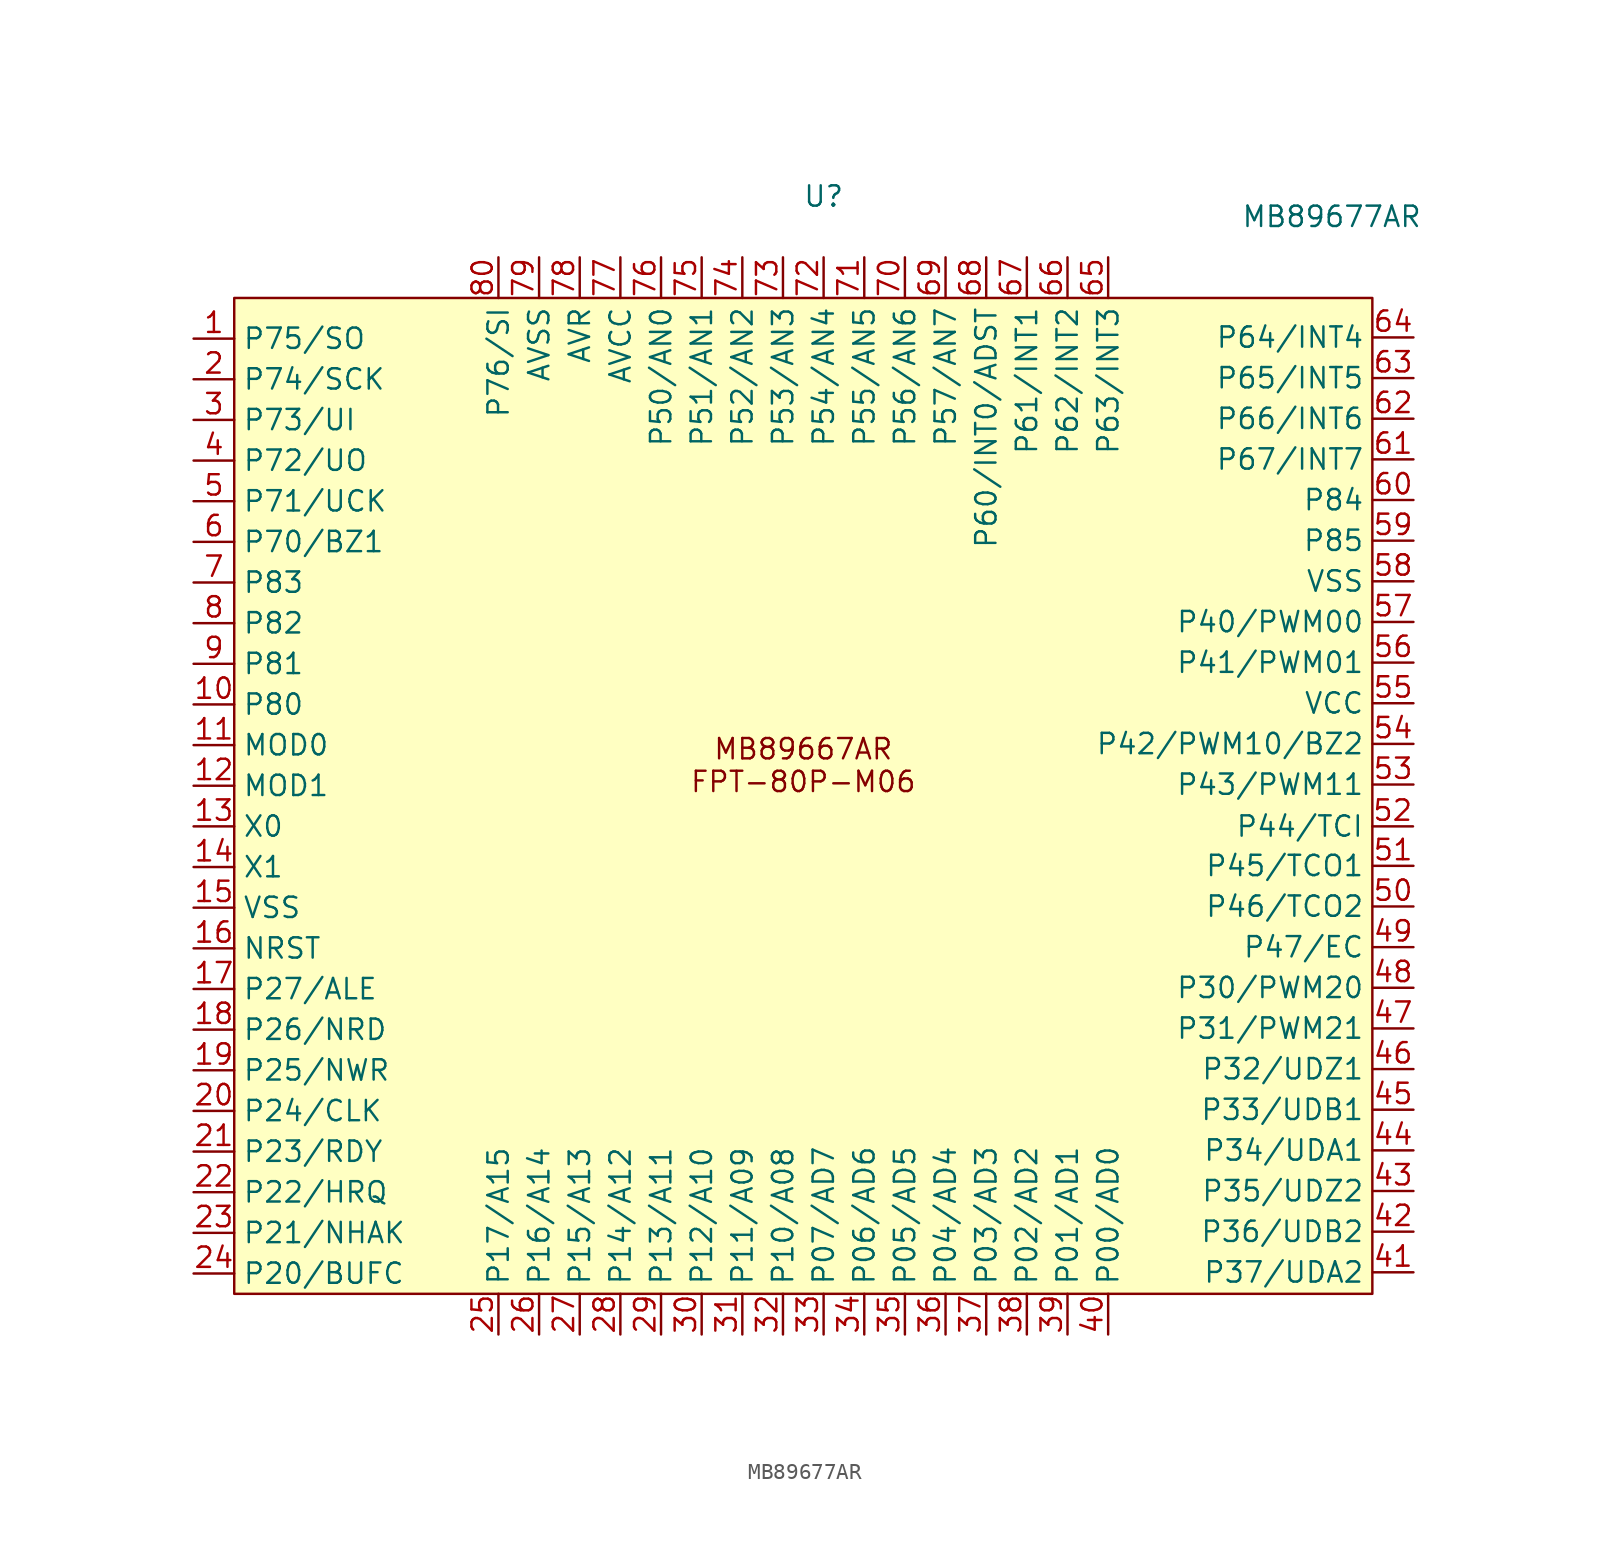
<source format=kicad_sym>
(kicad_symbol_lib
  (version 20220914)
  (generator kicad_symbol_editor)
  (symbol "MB89677AR"
    (property "Reference" "U"
      (at 3.81 34.29 0)
      (effects (font (size 1.27 1.27))))
    (property "Value" "MB89677AR"
      (at 35.56 33.02 0)
      (effects (font (size 1.27 1.27))))
    (symbol "MB89677AR_1_1"
      (rectangle (start -33.02 27.94) (end 38.1 -34.29) (stroke (width 0) (type default)) (fill (type background)))
      (text "MB89667AR\nFPT-80P-M06" (at 2.54 -1.27 0) (effects (font (size 1.27 1.27))))
      (pin bidirectional line (at -35.56 25.4 0) (length 2.54) (name "P75/SO" (effects (font (size 1.27 1.27)))) (number "1" (effects (font (size 1.27 1.27)))))
      (pin bidirectional line (at -35.56 2.54 0) (length 2.54) (name "P80" (effects (font (size 1.27 1.27)))) (number "10" (effects (font (size 1.27 1.27)))))
      (pin bidirectional line (at -35.56 0 0) (length 2.54) (name "MOD0" (effects (font (size 1.27 1.27)))) (number "11" (effects (font (size 1.27 1.27)))))
      (pin bidirectional line (at -35.56 -2.54 0) (length 2.54) (name "MOD1" (effects (font (size 1.27 1.27)))) (number "12" (effects (font (size 1.27 1.27)))))
      (pin bidirectional line (at -35.56 -5.08 0) (length 2.54) (name "X0" (effects (font (size 1.27 1.27)))) (number "13" (effects (font (size 1.27 1.27)))))
      (pin bidirectional line (at -35.56 -7.62 0) (length 2.54) (name "X1" (effects (font (size 1.27 1.27)))) (number "14" (effects (font (size 1.27 1.27)))))
      (pin bidirectional line (at -35.56 -10.16 0) (length 2.54) (name "VSS" (effects (font (size 1.27 1.27)))) (number "15" (effects (font (size 1.27 1.27)))))
      (pin bidirectional line (at -35.56 -12.7 0) (length 2.54) (name "NRST" (effects (font (size 1.27 1.27)))) (number "16" (effects (font (size 1.27 1.27)))))
      (pin bidirectional line (at -35.56 -15.24 0) (length 2.54) (name "P27/ALE" (effects (font (size 1.27 1.27)))) (number "17" (effects (font (size 1.27 1.27)))))
      (pin bidirectional line (at -35.56 -17.78 0) (length 2.54) (name "P26/NRD" (effects (font (size 1.27 1.27)))) (number "18" (effects (font (size 1.27 1.27)))))
      (pin bidirectional line (at -35.56 -20.32 0) (length 2.54) (name "P25/NWR" (effects (font (size 1.27 1.27)))) (number "19" (effects (font (size 1.27 1.27)))))
      (pin bidirectional line (at -35.56 22.86 0) (length 2.54) (name "P74/SCK" (effects (font (size 1.27 1.27)))) (number "2" (effects (font (size 1.27 1.27)))))
      (pin bidirectional line (at -35.56 -22.86 0) (length 2.54) (name "P24/CLK" (effects (font (size 1.27 1.27)))) (number "20" (effects (font (size 1.27 1.27)))))
      (pin bidirectional line (at -35.56 -25.4 0) (length 2.54) (name "P23/RDY" (effects (font (size 1.27 1.27)))) (number "21" (effects (font (size 1.27 1.27)))))
      (pin bidirectional line (at -35.56 -27.94 0) (length 2.54) (name "P22/HRQ" (effects (font (size 1.27 1.27)))) (number "22" (effects (font (size 1.27 1.27)))))
      (pin bidirectional line (at -35.56 -30.48 0) (length 2.54) (name "P21/NHAK" (effects (font (size 1.27 1.27)))) (number "23" (effects (font (size 1.27 1.27)))))
      (pin bidirectional line (at -35.56 -33.02 0) (length 2.54) (name "P20/BUFC" (effects (font (size 1.27 1.27)))) (number "24" (effects (font (size 1.27 1.27)))))
      (pin bidirectional line (at -16.51 -36.83 90) (length 2.54) (name "P17/A15" (effects (font (size 1.27 1.27)))) (number "25" (effects (font (size 1.27 1.27)))))
      (pin bidirectional line (at -13.97 -36.83 90) (length 2.54) (name "P16/A14" (effects (font (size 1.27 1.27)))) (number "26" (effects (font (size 1.27 1.27)))))
      (pin bidirectional line (at -11.43 -36.83 90) (length 2.54) (name "P15/A13" (effects (font (size 1.27 1.27)))) (number "27" (effects (font (size 1.27 1.27)))))
      (pin bidirectional line (at -8.89 -36.83 90) (length 2.54) (name "P14/A12" (effects (font (size 1.27 1.27)))) (number "28" (effects (font (size 1.27 1.27)))))
      (pin bidirectional line (at -6.35 -36.83 90) (length 2.54) (name "P13/A11" (effects (font (size 1.27 1.27)))) (number "29" (effects (font (size 1.27 1.27)))))
      (pin bidirectional line (at -35.56 20.32 0) (length 2.54) (name "P73/UI" (effects (font (size 1.27 1.27)))) (number "3" (effects (font (size 1.27 1.27)))))
      (pin bidirectional line (at -3.81 -36.83 90) (length 2.54) (name "P12/A10" (effects (font (size 1.27 1.27)))) (number "30" (effects (font (size 1.27 1.27)))))
      (pin bidirectional line (at -1.27 -36.83 90) (length 2.54) (name "P11/A09" (effects (font (size 1.27 1.27)))) (number "31" (effects (font (size 1.27 1.27)))))
      (pin bidirectional line (at 1.27 -36.83 90) (length 2.54) (name "P10/A08" (effects (font (size 1.27 1.27)))) (number "32" (effects (font (size 1.27 1.27)))))
      (pin bidirectional line (at 3.81 -36.83 90) (length 2.54) (name "P07/AD7" (effects (font (size 1.27 1.27)))) (number "33" (effects (font (size 1.27 1.27)))))
      (pin bidirectional line (at 6.35 -36.83 90) (length 2.54) (name "P06/AD6" (effects (font (size 1.27 1.27)))) (number "34" (effects (font (size 1.27 1.27)))))
      (pin bidirectional line (at 8.89 -36.83 90) (length 2.54) (name "P05/AD5" (effects (font (size 1.27 1.27)))) (number "35" (effects (font (size 1.27 1.27)))))
      (pin bidirectional line (at 11.43 -36.83 90) (length 2.54) (name "P04/AD4" (effects (font (size 1.27 1.27)))) (number "36" (effects (font (size 1.27 1.27)))))
      (pin bidirectional line (at 13.97 -36.83 90) (length 2.54) (name "P03/AD3" (effects (font (size 1.27 1.27)))) (number "37" (effects (font (size 1.27 1.27)))))
      (pin bidirectional line (at 16.51 -36.83 90) (length 2.54) (name "P02/AD2" (effects (font (size 1.27 1.27)))) (number "38" (effects (font (size 1.27 1.27)))))
      (pin bidirectional line (at 19.05 -36.83 90) (length 2.54) (name "P01/AD1" (effects (font (size 1.27 1.27)))) (number "39" (effects (font (size 1.27 1.27)))))
      (pin bidirectional line (at -35.56 17.78 0) (length 2.54) (name "P72/UO" (effects (font (size 1.27 1.27)))) (number "4" (effects (font (size 1.27 1.27)))))
      (pin bidirectional line (at 21.59 -36.83 90) (length 2.54) (name "P00/AD0" (effects (font (size 1.27 1.27)))) (number "40" (effects (font (size 1.27 1.27)))))
      (pin bidirectional line (at 40.668 -32.945 180) (length 2.54) (name "P37/UDA2" (effects (font (size 1.27 1.27)))) (number "41" (effects (font (size 1.27 1.27)))))
      (pin bidirectional line (at 40.668 -30.405 180) (length 2.54) (name "P36/UDB2" (effects (font (size 1.27 1.27)))) (number "42" (effects (font (size 1.27 1.27)))))
      (pin bidirectional line (at 40.668 -27.865 180) (length 2.54) (name "P35/UDZ2" (effects (font (size 1.27 1.27)))) (number "43" (effects (font (size 1.27 1.27)))))
      (pin bidirectional line (at 40.668 -25.325 180) (length 2.54) (name "P34/UDA1" (effects (font (size 1.27 1.27)))) (number "44" (effects (font (size 1.27 1.27)))))
      (pin bidirectional line (at 40.668 -22.785 180) (length 2.54) (name "P33/UDB1" (effects (font (size 1.27 1.27)))) (number "45" (effects (font (size 1.27 1.27)))))
      (pin bidirectional line (at 40.668 -20.245 180) (length 2.54) (name "P32/UDZ1" (effects (font (size 1.27 1.27)))) (number "46" (effects (font (size 1.27 1.27)))))
      (pin bidirectional line (at 40.668 -17.705 180) (length 2.54) (name "P31/PWM21" (effects (font (size 1.27 1.27)))) (number "47" (effects (font (size 1.27 1.27)))))
      (pin bidirectional line (at 40.668 -15.165 180) (length 2.54) (name "P30/PWM20" (effects (font (size 1.27 1.27)))) (number "48" (effects (font (size 1.27 1.27)))))
      (pin bidirectional line (at 40.668 -12.625 180) (length 2.54) (name "P47/EC" (effects (font (size 1.27 1.27)))) (number "49" (effects (font (size 1.27 1.27)))))
      (pin bidirectional line (at -35.56 15.24 0) (length 2.54) (name "P71/UCK" (effects (font (size 1.27 1.27)))) (number "5" (effects (font (size 1.27 1.27)))))
      (pin bidirectional line (at 40.668 -10.085 180) (length 2.54) (name "P46/TCO2" (effects (font (size 1.27 1.27)))) (number "50" (effects (font (size 1.27 1.27)))))
      (pin bidirectional line (at 40.668 -7.545 180) (length 2.54) (name "P45/TCO1" (effects (font (size 1.27 1.27)))) (number "51" (effects (font (size 1.27 1.27)))))
      (pin bidirectional line (at 40.64 -5.08 180) (length 2.54) (name "P44/TCI" (effects (font (size 1.27 1.27)))) (number "52" (effects (font (size 1.27 1.27)))))
      (pin bidirectional line (at 40.668 -2.465 180) (length 2.54) (name "P43/PWM11" (effects (font (size 1.27 1.27)))) (number "53" (effects (font (size 1.27 1.27)))))
      (pin bidirectional line (at 40.668 0.075 180) (length 2.54) (name "P42/PWM10/BZ2" (effects (font (size 1.27 1.27)))) (number "54" (effects (font (size 1.27 1.27)))))
      (pin bidirectional line (at 40.668 2.615 180) (length 2.54) (name "VCC" (effects (font (size 1.27 1.27)))) (number "55" (effects (font (size 1.27 1.27)))))
      (pin bidirectional line (at 40.668 5.155 180) (length 2.54) (name "P41/PWM01" (effects (font (size 1.27 1.27)))) (number "56" (effects (font (size 1.27 1.27)))))
      (pin bidirectional line (at 40.668 7.695 180) (length 2.54) (name "P40/PWM00" (effects (font (size 1.27 1.27)))) (number "57" (effects (font (size 1.27 1.27)))))
      (pin bidirectional line (at 40.668 10.235 180) (length 2.54) (name "VSS" (effects (font (size 1.27 1.27)))) (number "58" (effects (font (size 1.27 1.27)))))
      (pin bidirectional line (at 40.668 12.775 180) (length 2.54) (name "P85" (effects (font (size 1.27 1.27)))) (number "59" (effects (font (size 1.27 1.27)))))
      (pin bidirectional line (at -35.56 12.7 0) (length 2.54) (name "P70/BZ1" (effects (font (size 1.27 1.27)))) (number "6" (effects (font (size 1.27 1.27)))))
      (pin bidirectional line (at 40.668 15.315 180) (length 2.54) (name "P84" (effects (font (size 1.27 1.27)))) (number "60" (effects (font (size 1.27 1.27)))))
      (pin bidirectional line (at 40.668 17.855 180) (length 2.54) (name "P67/INT7" (effects (font (size 1.27 1.27)))) (number "61" (effects (font (size 1.27 1.27)))))
      (pin bidirectional line (at 40.668 20.395 180) (length 2.54) (name "P66/INT6" (effects (font (size 1.27 1.27)))) (number "62" (effects (font (size 1.27 1.27)))))
      (pin bidirectional line (at 40.668 22.935 180) (length 2.54) (name "P65/INT5" (effects (font (size 1.27 1.27)))) (number "63" (effects (font (size 1.27 1.27)))))
      (pin bidirectional line (at 40.668 25.475 180) (length 2.54) (name "P64/INT4" (effects (font (size 1.27 1.27)))) (number "64" (effects (font (size 1.27 1.27)))))
      (pin bidirectional line (at 21.59 30.48 270) (length 2.54) (name "P63/INT3" (effects (font (size 1.27 1.27)))) (number "65" (effects (font (size 1.27 1.27)))))
      (pin bidirectional line (at 19.05 30.48 270) (length 2.54) (name "P62/INT2" (effects (font (size 1.27 1.27)))) (number "66" (effects (font (size 1.27 1.27)))))
      (pin bidirectional line (at 16.51 30.48 270) (length 2.54) (name "P61/INT1" (effects (font (size 1.27 1.27)))) (number "67" (effects (font (size 1.27 1.27)))))
      (pin bidirectional line (at 13.97 30.48 270) (length 2.54) (name "P60/INT0/ADST" (effects (font (size 1.27 1.27)))) (number "68" (effects (font (size 1.27 1.27)))))
      (pin bidirectional line (at 11.43 30.48 270) (length 2.54) (name "P57/AN7" (effects (font (size 1.27 1.27)))) (number "69" (effects (font (size 1.27 1.27)))))
      (pin bidirectional line (at -35.56 10.16 0) (length 2.54) (name "P83" (effects (font (size 1.27 1.27)))) (number "7" (effects (font (size 1.27 1.27)))))
      (pin bidirectional line (at 8.89 30.48 270) (length 2.54) (name "P56/AN6" (effects (font (size 1.27 1.27)))) (number "70" (effects (font (size 1.27 1.27)))))
      (pin bidirectional line (at 6.35 30.48 270) (length 2.54) (name "P55/AN5" (effects (font (size 1.27 1.27)))) (number "71" (effects (font (size 1.27 1.27)))))
      (pin bidirectional line (at 3.81 30.48 270) (length 2.54) (name "P54/AN4" (effects (font (size 1.27 1.27)))) (number "72" (effects (font (size 1.27 1.27)))))
      (pin bidirectional line (at 1.27 30.48 270) (length 2.54) (name "P53/AN3" (effects (font (size 1.27 1.27)))) (number "73" (effects (font (size 1.27 1.27)))))
      (pin bidirectional line (at -1.27 30.48 270) (length 2.54) (name "P52/AN2" (effects (font (size 1.27 1.27)))) (number "74" (effects (font (size 1.27 1.27)))))
      (pin bidirectional line (at -3.81 30.48 270) (length 2.54) (name "P51/AN1" (effects (font (size 1.27 1.27)))) (number "75" (effects (font (size 1.27 1.27)))))
      (pin bidirectional line (at -6.35 30.48 270) (length 2.54) (name "P50/AN0" (effects (font (size 1.27 1.27)))) (number "76" (effects (font (size 1.27 1.27)))))
      (pin bidirectional line (at -8.89 30.48 270) (length 2.54) (name "AVCC" (effects (font (size 1.27 1.27)))) (number "77" (effects (font (size 1.27 1.27)))))
      (pin bidirectional line (at -11.43 30.48 270) (length 2.54) (name "AVR" (effects (font (size 1.27 1.27)))) (number "78" (effects (font (size 1.27 1.27)))))
      (pin bidirectional line (at -13.97 30.48 270) (length 2.54) (name "AVSS" (effects (font (size 1.27 1.27)))) (number "79" (effects (font (size 1.27 1.27)))))
      (pin bidirectional line (at -35.56 7.62 0) (length 2.54) (name "P82" (effects (font (size 1.27 1.27)))) (number "8" (effects (font (size 1.27 1.27)))))
      (pin bidirectional line (at -16.51 30.48 270) (length 2.54) (name "P76/SI" (effects (font (size 1.27 1.27)))) (number "80" (effects (font (size 1.27 1.27)))))
      (pin bidirectional line (at -35.56 5.08 0) (length 2.54) (name "P81" (effects (font (size 1.27 1.27)))) (number "9" (effects (font (size 1.27 1.27))))))))
</source>
